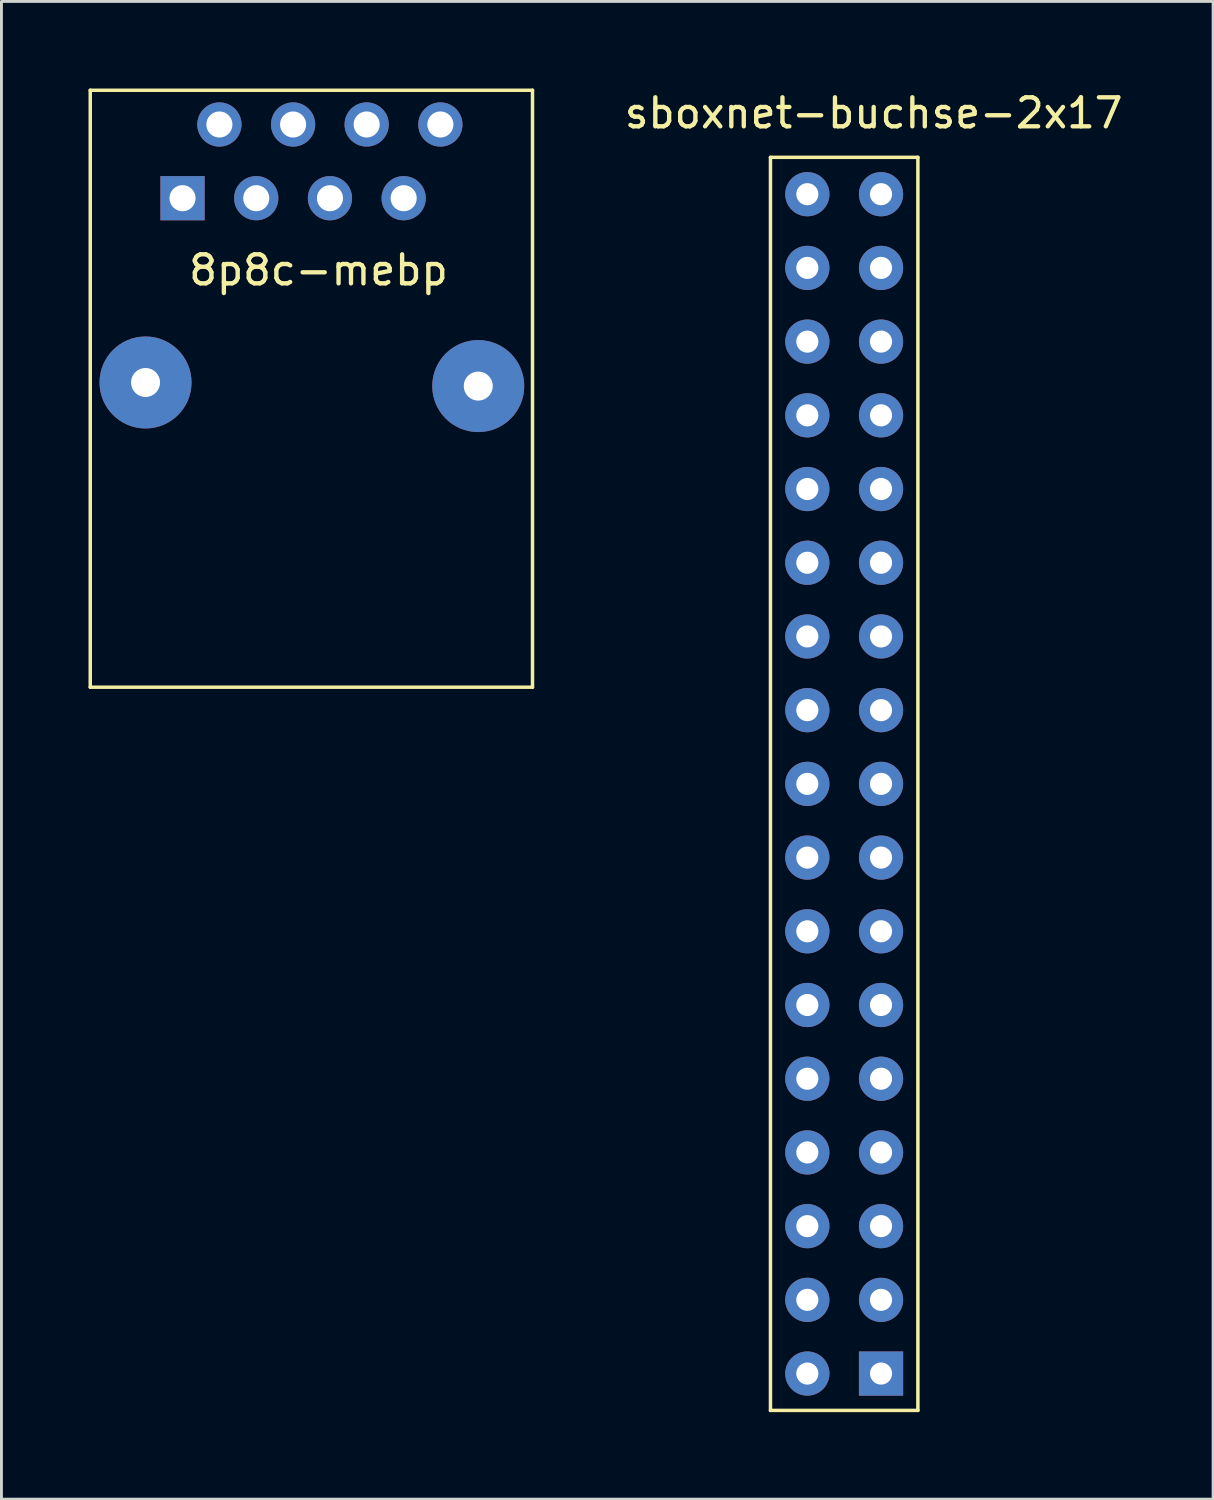
<source format=kicad_pcb>
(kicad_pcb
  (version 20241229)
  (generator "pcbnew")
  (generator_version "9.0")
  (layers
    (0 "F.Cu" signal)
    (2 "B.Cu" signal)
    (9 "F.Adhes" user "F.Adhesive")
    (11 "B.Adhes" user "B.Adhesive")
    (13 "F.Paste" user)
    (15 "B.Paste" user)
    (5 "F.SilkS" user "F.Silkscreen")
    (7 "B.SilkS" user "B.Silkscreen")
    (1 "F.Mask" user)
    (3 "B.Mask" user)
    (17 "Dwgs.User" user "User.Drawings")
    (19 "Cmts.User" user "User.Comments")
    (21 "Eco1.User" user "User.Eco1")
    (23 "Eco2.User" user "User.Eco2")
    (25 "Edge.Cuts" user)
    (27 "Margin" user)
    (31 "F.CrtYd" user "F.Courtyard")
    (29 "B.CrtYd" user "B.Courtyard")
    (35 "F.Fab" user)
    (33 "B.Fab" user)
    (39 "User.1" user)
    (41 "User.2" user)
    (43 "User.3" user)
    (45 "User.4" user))
  (footprint "sboxnet-buchse-2x17"
    (layer "F.Cu")
    (at 24.77 1.102)
    (property "Reference" "sboxnet-buchse-2x17" (at 2.286 -0.254 0) (layer "F.SilkS") (effects (font (size 1 1) (thickness 0.15))))
    (attr through_hole)
    (fp_line (start -1.27 1.27) (end 3.81 1.27) (stroke (width 0.12) (type solid)) (layer "F.SilkS"))
    (fp_line (start -1.27 44.45) (end -1.27 1.27) (stroke (width 0.12) (type solid)) (layer "F.SilkS"))
    (fp_line (start 3.81 1.27) (end 3.81 44.45) (stroke (width 0.12) (type solid)) (layer "F.SilkS"))
    (fp_line (start 3.81 44.45) (end -1.27 44.45) (stroke (width 0.12) (type solid)) (layer "F.SilkS"))
    (pad "1" thru_hole circle (at 0 43.18 180) (size 1.524 1.524) (drill 0.762) (layers "*.Cu" "*.Mask"))
    (pad "2" thru_hole rect (at 2.54 43.18 180) (size 1.524 1.524) (drill 0.762) (layers "*.Cu" "*.Mask"))
    (pad "3" thru_hole circle (at 0 40.64 180) (size 1.524 1.524) (drill 0.762) (layers "*.Cu" "*.Mask"))
    (pad "4" thru_hole circle (at 2.54 40.64 180) (size 1.524 1.524) (drill 0.762) (layers "*.Cu" "*.Mask"))
    (pad "5" thru_hole circle (at 0 38.1 180) (size 1.524 1.524) (drill 0.762) (layers "*.Cu" "*.Mask"))
    (pad "6" thru_hole circle (at 2.54 38.1 180) (size 1.524 1.524) (drill 0.762) (layers "*.Cu" "*.Mask"))
    (pad "7" thru_hole circle (at 0 35.56 180) (size 1.524 1.524) (drill 0.762) (layers "*.Cu" "*.Mask"))
    (pad "8" thru_hole circle (at 2.54 35.56 180) (size 1.524 1.524) (drill 0.762) (layers "*.Cu" "*.Mask"))
    (pad "9" thru_hole circle (at 0 33.02 180) (size 1.524 1.524) (drill 0.762) (layers "*.Cu" "*.Mask"))
    (pad "10" thru_hole circle (at 2.54 33.02 180) (size 1.524 1.524) (drill 0.762) (layers "*.Cu" "*.Mask"))
    (pad "11" thru_hole circle (at 0 30.48 180) (size 1.524 1.524) (drill 0.762) (layers "*.Cu" "*.Mask"))
    (pad "12" thru_hole circle (at 2.54 30.48 180) (size 1.524 1.524) (drill 0.762) (layers "*.Cu" "*.Mask"))
    (pad "13" thru_hole circle (at 0 27.94 180) (size 1.524 1.524) (drill 0.762) (layers "*.Cu" "*.Mask"))
    (pad "14" thru_hole circle (at 2.54 27.94 180) (size 1.524 1.524) (drill 0.762) (layers "*.Cu" "*.Mask"))
    (pad "15" thru_hole circle (at 0 25.4 180) (size 1.524 1.524) (drill 0.762) (layers "*.Cu" "*.Mask"))
    (pad "16" thru_hole circle (at 2.54 25.4 180) (size 1.524 1.524) (drill 0.762) (layers "*.Cu" "*.Mask"))
    (pad "17" thru_hole circle (at 0 22.86 180) (size 1.524 1.524) (drill 0.762) (layers "*.Cu" "*.Mask"))
    (pad "18" thru_hole circle (at 2.54 22.86 180) (size 1.524 1.524) (drill 0.762) (layers "*.Cu" "*.Mask"))
    (pad "19" thru_hole circle (at 0 20.32 180) (size 1.524 1.524) (drill 0.762) (layers "*.Cu" "*.Mask"))
    (pad "20" thru_hole circle (at 2.54 20.32 180) (size 1.524 1.524) (drill 0.762) (layers "*.Cu" "*.Mask"))
    (pad "21" thru_hole circle (at 0 17.78 180) (size 1.524 1.524) (drill 0.762) (layers "*.Cu" "*.Mask"))
    (pad "22" thru_hole circle (at 2.54 17.78 180) (size 1.524 1.524) (drill 0.762) (layers "*.Cu" "*.Mask"))
    (pad "23" thru_hole circle (at 0 15.24 180) (size 1.524 1.524) (drill 0.762) (layers "*.Cu" "*.Mask"))
    (pad "24" thru_hole circle (at 2.54 15.24 180) (size 1.524 1.524) (drill 0.762) (layers "*.Cu" "*.Mask"))
    (pad "25" thru_hole circle (at 0 12.7 180) (size 1.524 1.524) (drill 0.762) (layers "*.Cu" "*.Mask"))
    (pad "26" thru_hole circle (at 2.54 12.7 180) (size 1.524 1.524) (drill 0.762) (layers "*.Cu" "*.Mask"))
    (pad "27" thru_hole circle (at 0 10.16 180) (size 1.524 1.524) (drill 0.762) (layers "*.Cu" "*.Mask"))
    (pad "28" thru_hole circle (at 2.54 10.16 180) (size 1.524 1.524) (drill 0.762) (layers "*.Cu" "*.Mask"))
    (pad "29" thru_hole circle (at 0 7.62 180) (size 1.524 1.524) (drill 0.762) (layers "*.Cu" "*.Mask"))
    (pad "30" thru_hole circle (at 2.54 7.62 180) (size 1.524 1.524) (drill 0.762) (layers "*.Cu" "*.Mask"))
    (pad "31" thru_hole circle (at 0 5.08 180) (size 1.524 1.524) (drill 0.762) (layers "*.Cu" "*.Mask"))
    (pad "32" thru_hole circle (at 2.54 5.08 180) (size 1.524 1.524) (drill 0.762) (layers "*.Cu" "*.Mask"))
    (pad "33" thru_hole circle (at 0 2.54 180) (size 1.524 1.524) (drill 0.762) (layers "*.Cu" "*.Mask"))
    (pad "34" thru_hole circle (at 2.54 2.54 180) (size 1.524 1.524) (drill 0.762) (layers "*.Cu" "*.Mask")))
  (footprint "8p8c-mebp"
    (layer "F.Cu")
    (at 7.68 10.13)
    (property "Reference" "8p8c-mebp" (at 0.246 -3.871 0) (layer "F.SilkS") (effects (font (size 1 1) (thickness 0.15))))
    (attr through_hole)
    (fp_line (start -7.62 -10.07) (end 7.62 -10.07) (stroke (width 0.12) (type solid)) (layer "F.SilkS"))
    (fp_line (start -7.62 10.5) (end -7.62 -10.07) (stroke (width 0.12) (type solid)) (layer "F.SilkS"))
    (fp_line (start -7.62 10.5) (end 7.62 10.5) (stroke (width 0.12) (type solid)) (layer "F.SilkS"))
    (fp_line (start 7.62 -10.07) (end 7.62 10.5) (stroke (width 0.12) (type solid)) (layer "F.SilkS"))
    (pad "" np_thru_hole circle (at -5.715 0) (size 3.17 3.17) (drill 1) (layers "*.Cu" "*.Mask"))
    (pad "" np_thru_hole circle (at 5.75 0.124) (size 3.17 3.17) (drill 1) (layers "*.Cu" "*.Mask"))
    (pad "1" thru_hole rect (at -4.44 -6.35) (size 1.524 1.524) (drill oval 0.9) (layers "*.Cu" "*.Mask"))
    (pad "2" thru_hole circle (at -3.17 -8.89) (size 1.524 1.524) (drill 0.9) (layers "*.Cu" "*.Mask"))
    (pad "3" thru_hole circle (at -1.9 -6.35) (size 1.524 1.524) (drill 0.9) (layers "*.Cu" "*.Mask"))
    (pad "4" thru_hole circle (at -0.63 -8.89) (size 1.524 1.524) (drill 0.9) (layers "*.Cu" "*.Mask"))
    (pad "5" thru_hole circle (at 0.64 -6.35) (size 1.524 1.524) (drill 0.9) (layers "*.Cu" "*.Mask"))
    (pad "6" thru_hole circle (at 1.905 -8.89) (size 1.524 1.524) (drill 0.9) (layers "*.Cu" "*.Mask"))
    (pad "7" thru_hole circle (at 3.18 -6.35) (size 1.524 1.524) (drill 0.9) (layers "*.Cu" "*.Mask"))
    (pad "8" thru_hole circle (at 4.445 -8.89) (size 1.524 1.524) (drill 0.9) (layers "*.Cu" "*.Mask")))
  (gr_rect
    (start -3 -3)
    (end 38.753 48.612)
    (stroke (width 0.1) (type default))
    (fill no)
    (layer "Edge.Cuts")))
</source>
